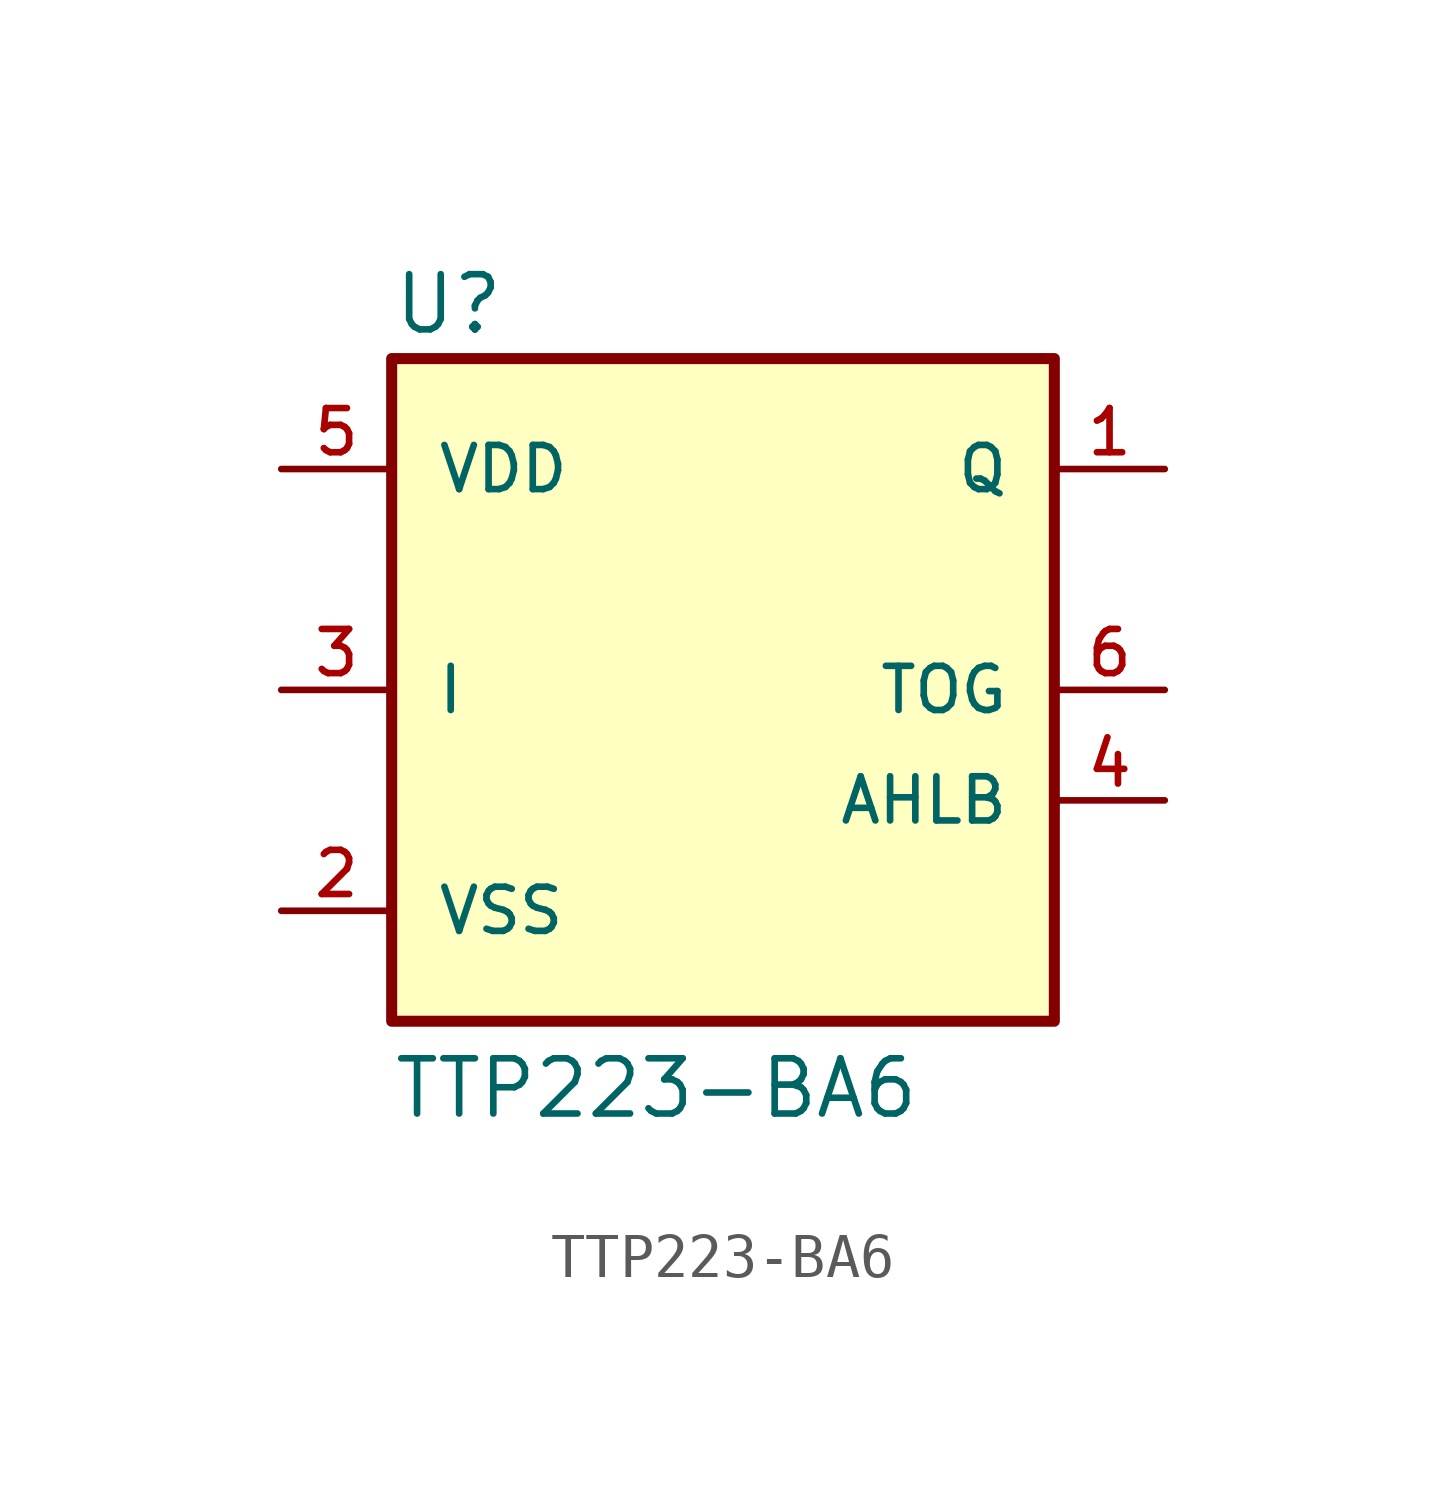
<source format=kicad_sym>
(kicad_symbol_lib
  (version 20220914)
  (generator kicad_symbol_editor)
  (symbol "TTP223-BA6"
    (pin_names
      (offset 1.016))
    (property "Reference" "U"
      (at -7.62 8.128 0)
      (effects (font (size 1.27 1.27)) (justify left bottom)))
    (property "Value" "TTP223-BA6"
      (at -7.62 -9.906 0)
      (effects (font (size 1.27 1.27)) (justify left bottom)))
    (symbol "TTP223-BA6_0_0"
      (rectangle (start -7.62 -7.62) (end 7.62 7.62) (stroke (width 0.254) (type default)) (fill (type background)))
      (pin output line (at 10.16 5.08 180) (length 2.54) (name "Q" (effects (font (size 1.016 1.016)))) (number "1" (effects (font (size 1.016 1.016)))))
      (pin power_in line (at -10.16 -5.08 0) (length 2.54) (name "VSS" (effects (font (size 1.016 1.016)))) (number "2" (effects (font (size 1.016 1.016)))))
      (pin bidirectional line (at -10.16 0 0) (length 2.54) (name "I" (effects (font (size 1.016 1.016)))) (number "3" (effects (font (size 1.016 1.016)))))
      (pin input line (at 10.16 -2.54 180) (length 2.54) (name "AHLB" (effects (font (size 1.016 1.016)))) (number "4" (effects (font (size 1.016 1.016)))))
      (pin power_in line (at -10.16 5.08 0) (length 2.54) (name "VDD" (effects (font (size 1.016 1.016)))) (number "5" (effects (font (size 1.016 1.016)))))
      (pin input line (at 10.16 0 180) (length 2.54) (name "TOG" (effects (font (size 1.016 1.016)))) (number "6" (effects (font (size 1.016 1.016))))))))
</source>
